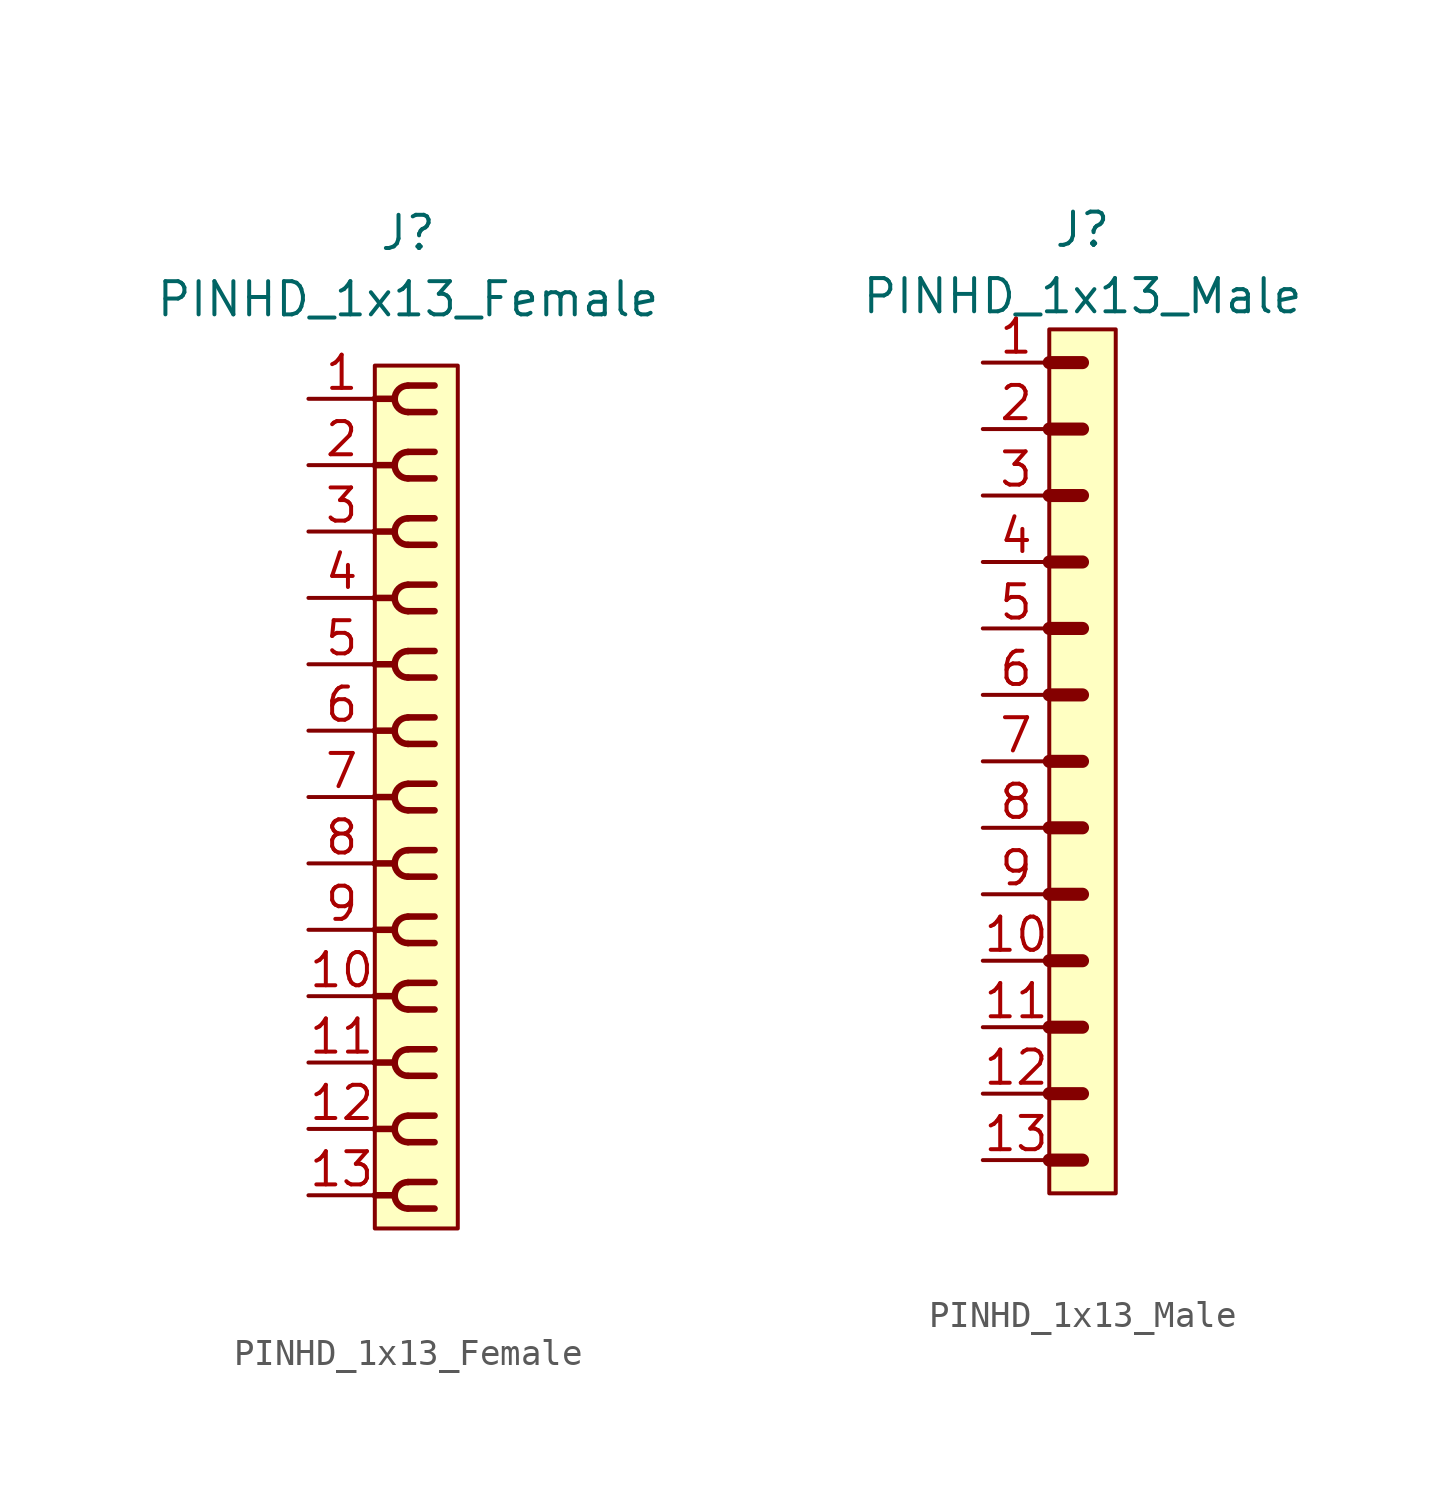
<source format=kicad_sym>
(kicad_symbol_lib
  (version 20220914)
  (generator kicad_symbol_editor)
  (symbol "PINHD_1x13_Female"
    (property "Reference" "J"
      (at 0 21.59 0)
      (effects (font (size 1.27 1.27))))
    (property "Value" "PINHD_1x13_Female"
      (at 0 19.05 0)
      (effects (font (size 1.27 1.27))))
    (symbol "PINHD_1x13_Female_0_1"
      (rectangle (start -1.27 16.51) (end 1.905 -16.51) (stroke (width 0) (type default)) (fill (type background)))
      (arc (start -0.508 -15.24) (mid -0.3592 -15.5992) (end 0 -15.748) (stroke (width 0.25) (type default)) (fill (type none)))
      (arc (start -0.508 -12.7) (mid -0.3592 -13.0592) (end 0 -13.208) (stroke (width 0.25) (type default)) (fill (type none)))
      (arc (start -0.508 -10.16) (mid -0.3592 -10.5192) (end 0 -10.668) (stroke (width 0.25) (type default)) (fill (type none)))
      (arc (start -0.508 -7.62) (mid -0.3592 -7.9792) (end 0 -8.128) (stroke (width 0.25) (type default)) (fill (type none)))
      (arc (start -0.508 -5.08) (mid -0.3592 -5.4392) (end 0 -5.588) (stroke (width 0.25) (type default)) (fill (type none)))
      (arc (start -0.508 -2.54) (mid -0.3592 -2.8992) (end 0 -3.048) (stroke (width 0.25) (type default)) (fill (type none)))
      (arc (start -0.508 0) (mid -0.3592 -0.3592) (end 0 -0.508) (stroke (width 0.25) (type default)) (fill (type none)))
      (arc (start -0.508 2.54) (mid -0.3592 2.1808) (end 0 2.032) (stroke (width 0.25) (type default)) (fill (type none)))
      (arc (start -0.508 5.08) (mid -0.3592 4.7208) (end 0 4.572) (stroke (width 0.25) (type default)) (fill (type none)))
      (arc (start -0.508 7.62) (mid -0.3592 7.2608) (end 0 7.112) (stroke (width 0.25) (type default)) (fill (type none)))
      (arc (start -0.508 10.16) (mid -0.3592 9.8008) (end 0 9.652) (stroke (width 0.25) (type default)) (fill (type none)))
      (arc (start -0.508 12.7) (mid -0.3592 12.3408) (end 0 12.192) (stroke (width 0.25) (type default)) (fill (type none)))
      (arc (start -0.508 15.24) (mid -0.3592 14.8808) (end 0 14.732) (stroke (width 0.25) (type default)) (fill (type none)))
      (arc (start 0 -14.732) (mid -0.3592 -14.8808) (end -0.508 -15.24) (stroke (width 0.25) (type default)) (fill (type none)))
      (arc (start 0 -12.192) (mid -0.3592 -12.3408) (end -0.508 -12.7) (stroke (width 0.25) (type default)) (fill (type none)))
      (arc (start 0 -9.652) (mid -0.3592 -9.8008) (end -0.508 -10.16) (stroke (width 0.25) (type default)) (fill (type none)))
      (arc (start 0 -7.112) (mid -0.3592 -7.2608) (end -0.508 -7.62) (stroke (width 0.25) (type default)) (fill (type none)))
      (arc (start 0 -4.572) (mid -0.3592 -4.7208) (end -0.508 -5.08) (stroke (width 0.25) (type default)) (fill (type none)))
      (arc (start 0 -2.032) (mid -0.3592 -2.1808) (end -0.508 -2.54) (stroke (width 0.25) (type default)) (fill (type none)))
      (polyline (pts (xy -1.27 -15.24) (xy -0.508 -15.24)) (stroke (width 0.25) (type default)) (fill (type none)))
      (polyline (pts (xy -1.27 -12.7) (xy -0.508 -12.7)) (stroke (width 0.25) (type default)) (fill (type none)))
      (polyline (pts (xy -1.27 -10.16) (xy -0.508 -10.16)) (stroke (width 0.25) (type default)) (fill (type none)))
      (polyline (pts (xy -1.27 -7.62) (xy -0.508 -7.62)) (stroke (width 0.25) (type default)) (fill (type none)))
      (polyline (pts (xy -1.27 -5.08) (xy -0.508 -5.08)) (stroke (width 0.25) (type default)) (fill (type none)))
      (polyline (pts (xy -1.27 -2.54) (xy -0.508 -2.54)) (stroke (width 0.25) (type default)) (fill (type none)))
      (polyline (pts (xy -1.27 0) (xy -0.508 0)) (stroke (width 0.25) (type default)) (fill (type none)))
      (polyline (pts (xy -1.27 2.54) (xy -0.508 2.54)) (stroke (width 0.25) (type default)) (fill (type none)))
      (polyline (pts (xy -1.27 5.08) (xy -0.508 5.08)) (stroke (width 0.25) (type default)) (fill (type none)))
      (polyline (pts (xy -1.27 7.62) (xy -0.508 7.62)) (stroke (width 0.25) (type default)) (fill (type none)))
      (polyline (pts (xy -1.27 10.16) (xy -0.508 10.16)) (stroke (width 0.25) (type default)) (fill (type none)))
      (polyline (pts (xy -1.27 12.7) (xy -0.508 12.7)) (stroke (width 0.25) (type default)) (fill (type none)))
      (polyline (pts (xy -1.27 15.24) (xy -0.508 15.24)) (stroke (width 0.25) (type default)) (fill (type none)))
      (polyline (pts (xy 0 -15.748) (xy 1.016 -15.748)) (stroke (width 0.25) (type default)) (fill (type none)))
      (polyline (pts (xy 0 -14.732) (xy 1.016 -14.732)) (stroke (width 0.25) (type default)) (fill (type none)))
      (polyline (pts (xy 0 -13.208) (xy 1.016 -13.208)) (stroke (width 0.25) (type default)) (fill (type none)))
      (polyline (pts (xy 0 -12.192) (xy 1.016 -12.192)) (stroke (width 0.25) (type default)) (fill (type none)))
      (polyline (pts (xy 0 -10.668) (xy 1.016 -10.668)) (stroke (width 0.25) (type default)) (fill (type none)))
      (polyline (pts (xy 0 -9.652) (xy 1.016 -9.652)) (stroke (width 0.25) (type default)) (fill (type none)))
      (polyline (pts (xy 0 -8.128) (xy 1.016 -8.128)) (stroke (width 0.25) (type default)) (fill (type none)))
      (polyline (pts (xy 0 -7.112) (xy 1.016 -7.112)) (stroke (width 0.25) (type default)) (fill (type none)))
      (polyline (pts (xy 0 -5.588) (xy 1.016 -5.588)) (stroke (width 0.25) (type default)) (fill (type none)))
      (polyline (pts (xy 0 -4.572) (xy 1.016 -4.572)) (stroke (width 0.25) (type default)) (fill (type none)))
      (polyline (pts (xy 0 -3.048) (xy 1.016 -3.048)) (stroke (width 0.25) (type default)) (fill (type none)))
      (polyline (pts (xy 0 -2.032) (xy 1.016 -2.032)) (stroke (width 0.25) (type default)) (fill (type none)))
      (polyline (pts (xy 0 -0.508) (xy 1.016 -0.508)) (stroke (width 0.25) (type default)) (fill (type none)))
      (polyline (pts (xy 0 0.508) (xy 1.016 0.508)) (stroke (width 0.25) (type default)) (fill (type none)))
      (polyline (pts (xy 0 2.032) (xy 1.016 2.032)) (stroke (width 0.25) (type default)) (fill (type none)))
      (polyline (pts (xy 0 3.048) (xy 1.016 3.048)) (stroke (width 0.25) (type default)) (fill (type none)))
      (polyline (pts (xy 0 4.572) (xy 1.016 4.572)) (stroke (width 0.25) (type default)) (fill (type none)))
      (polyline (pts (xy 0 5.588) (xy 1.016 5.588)) (stroke (width 0.25) (type default)) (fill (type none)))
      (polyline (pts (xy 0 7.112) (xy 1.016 7.112)) (stroke (width 0.25) (type default)) (fill (type none)))
      (polyline (pts (xy 0 8.128) (xy 1.016 8.128)) (stroke (width 0.25) (type default)) (fill (type none)))
      (polyline (pts (xy 0 9.652) (xy 1.016 9.652)) (stroke (width 0.25) (type default)) (fill (type none)))
      (polyline (pts (xy 0 10.668) (xy 1.016 10.668)) (stroke (width 0.25) (type default)) (fill (type none)))
      (polyline (pts (xy 0 12.192) (xy 1.016 12.192)) (stroke (width 0.25) (type default)) (fill (type none)))
      (polyline (pts (xy 0 13.208) (xy 1.016 13.208)) (stroke (width 0.25) (type default)) (fill (type none)))
      (polyline (pts (xy 0 14.732) (xy 1.016 14.732)) (stroke (width 0.25) (type default)) (fill (type none)))
      (polyline (pts (xy 0 15.748) (xy 1.016 15.748)) (stroke (width 0.25) (type default)) (fill (type none)))
      (arc (start 0 0.508) (mid -0.3592 0.3592) (end -0.508 0) (stroke (width 0.25) (type default)) (fill (type none)))
      (arc (start 0 3.048) (mid -0.3592 2.8992) (end -0.508 2.54) (stroke (width 0.25) (type default)) (fill (type none)))
      (arc (start 0 5.588) (mid -0.3592 5.4392) (end -0.508 5.08) (stroke (width 0.25) (type default)) (fill (type none)))
      (arc (start 0 8.128) (mid -0.3592 7.9792) (end -0.508 7.62) (stroke (width 0.25) (type default)) (fill (type none)))
      (arc (start 0 10.668) (mid -0.3592 10.5192) (end -0.508 10.16) (stroke (width 0.25) (type default)) (fill (type none)))
      (arc (start 0 13.208) (mid -0.3592 13.0592) (end -0.508 12.7) (stroke (width 0.25) (type default)) (fill (type none)))
      (arc (start 0 15.748) (mid -0.3592 15.5992) (end -0.508 15.24) (stroke (width 0.25) (type default)) (fill (type none))))
    (symbol "PINHD_1x13_Female_1_1"
      (pin passive line (at -3.81 15.24 0) (length 2.54) (name "" (effects (font (size 1.27 1.27)))) (number "1" (effects (font (size 1.27 1.27)))))
      (pin passive line (at -3.81 -7.62 0) (length 2.54) (name "" (effects (font (size 1.27 1.27)))) (number "10" (effects (font (size 1.27 1.27)))))
      (pin passive line (at -3.81 -10.16 0) (length 2.54) (name "" (effects (font (size 1.27 1.27)))) (number "11" (effects (font (size 1.27 1.27)))))
      (pin passive line (at -3.81 -12.7 0) (length 2.54) (name "" (effects (font (size 1.27 1.27)))) (number "12" (effects (font (size 1.27 1.27)))))
      (pin passive line (at -3.81 -15.24 0) (length 2.54) (name "" (effects (font (size 1.27 1.27)))) (number "13" (effects (font (size 1.27 1.27)))))
      (pin passive line (at -3.81 12.7 0) (length 2.54) (name "" (effects (font (size 1.27 1.27)))) (number "2" (effects (font (size 1.27 1.27)))))
      (pin passive line (at -3.81 10.16 0) (length 2.54) (name "" (effects (font (size 1.27 1.27)))) (number "3" (effects (font (size 1.27 1.27)))))
      (pin passive line (at -3.81 7.62 0) (length 2.54) (name "" (effects (font (size 1.27 1.27)))) (number "4" (effects (font (size 1.27 1.27)))))
      (pin passive line (at -3.81 5.08 0) (length 2.54) (name "" (effects (font (size 1.27 1.27)))) (number "5" (effects (font (size 1.27 1.27)))))
      (pin passive line (at -3.81 2.54 0) (length 2.54) (name "" (effects (font (size 1.27 1.27)))) (number "6" (effects (font (size 1.27 1.27)))))
      (pin passive line (at -3.81 0 0) (length 2.54) (name "" (effects (font (size 1.27 1.27)))) (number "7" (effects (font (size 1.27 1.27)))))
      (pin passive line (at -3.81 -2.54 0) (length 2.54) (name "" (effects (font (size 1.27 1.27)))) (number "8" (effects (font (size 1.27 1.27)))))
      (pin passive line (at -3.81 -5.08 0) (length 2.54) (name "" (effects (font (size 1.27 1.27)))) (number "9" (effects (font (size 1.27 1.27)))))))
  (symbol "PINHD_1x13_Male"
    (property "Reference" "J"
      (at 0 20.32 0)
      (effects (font (size 1.27 1.27))))
    (property "Value" "PINHD_1x13_Male"
      (at 0 17.78 0)
      (effects (font (size 1.27 1.27))))
    (symbol "PINHD_1x13_Male_0_1"
      (rectangle (start -1.27 16.51) (end 1.27 -16.51) (stroke (width 0) (type default)) (fill (type background)))
      (polyline (pts (xy -1.27 -15.24) (xy 0 -15.24)) (stroke (width 0.5) (type default)) (fill (type none)))
      (polyline (pts (xy -1.27 -12.7) (xy 0 -12.7)) (stroke (width 0.5) (type default)) (fill (type none)))
      (polyline (pts (xy -1.27 -10.16) (xy 0 -10.16)) (stroke (width 0.5) (type default)) (fill (type none)))
      (polyline (pts (xy -1.27 -7.62) (xy 0 -7.62)) (stroke (width 0.3) (type default)) (fill (type none)))
      (polyline (pts (xy -1.27 -7.62) (xy 0 -7.62)) (stroke (width 0.5) (type default)) (fill (type none)))
      (polyline (pts (xy -1.27 -5.08) (xy 0 -5.08)) (stroke (width 0.3) (type default)) (fill (type none)))
      (polyline (pts (xy -1.27 -5.08) (xy 0 -5.08)) (stroke (width 0.5) (type default)) (fill (type none)))
      (polyline (pts (xy -1.27 -2.54) (xy 0 -2.54)) (stroke (width 0.3) (type default)) (fill (type none)))
      (polyline (pts (xy -1.27 -2.54) (xy 0 -2.54)) (stroke (width 0.5) (type default)) (fill (type none)))
      (polyline (pts (xy -1.27 0) (xy 0 0)) (stroke (width 0.3) (type default)) (fill (type none)))
      (polyline (pts (xy -1.27 0) (xy 0 0)) (stroke (width 0.5) (type default)) (fill (type none)))
      (polyline (pts (xy -1.27 2.54) (xy 0 2.54)) (stroke (width 0.3) (type default)) (fill (type none)))
      (polyline (pts (xy -1.27 2.54) (xy 0 2.54)) (stroke (width 0.5) (type default)) (fill (type none)))
      (polyline (pts (xy -1.27 5.08) (xy 0 5.08)) (stroke (width 0.3) (type default)) (fill (type none)))
      (polyline (pts (xy -1.27 5.08) (xy 0 5.08)) (stroke (width 0.5) (type default)) (fill (type none)))
      (polyline (pts (xy -1.27 7.62) (xy 0 7.62)) (stroke (width 0.3) (type default)) (fill (type none)))
      (polyline (pts (xy -1.27 7.62) (xy 0 7.62)) (stroke (width 0.5) (type default)) (fill (type none)))
      (polyline (pts (xy -1.27 10.16) (xy 0 10.16)) (stroke (width 0.3) (type default)) (fill (type none)))
      (polyline (pts (xy -1.27 10.16) (xy 0 10.16)) (stroke (width 0.5) (type default)) (fill (type none)))
      (polyline (pts (xy -1.27 12.7) (xy 0 12.7)) (stroke (width 0.3) (type default)) (fill (type none)))
      (polyline (pts (xy -1.27 12.7) (xy 0 12.7)) (stroke (width 0.5) (type default)) (fill (type none)))
      (polyline (pts (xy -1.27 15.24) (xy 0 15.24)) (stroke (width 0.5) (type default)) (fill (type none))))
    (symbol "PINHD_1x13_Male_1_1"
      (pin passive line (at -3.81 15.24 0) (length 2.54) (name "" (effects (font (size 1.27 1.27)))) (number "1" (effects (font (size 1.27 1.27)))))
      (pin passive line (at -3.81 -7.62 0) (length 2.54) (name "" (effects (font (size 1.27 1.27)))) (number "10" (effects (font (size 1.27 1.27)))))
      (pin passive line (at -3.81 -10.16 0) (length 2.54) (name "" (effects (font (size 1.27 1.27)))) (number "11" (effects (font (size 1.27 1.27)))))
      (pin passive line (at -3.81 -12.7 0) (length 2.54) (name "" (effects (font (size 1.27 1.27)))) (number "12" (effects (font (size 1.27 1.27)))))
      (pin passive line (at -3.81 -15.24 0) (length 2.54) (name "" (effects (font (size 1.27 1.27)))) (number "13" (effects (font (size 1.27 1.27)))))
      (pin passive line (at -3.81 12.7 0) (length 2.54) (name "" (effects (font (size 1.27 1.27)))) (number "2" (effects (font (size 1.27 1.27)))))
      (pin passive line (at -3.81 10.16 0) (length 2.54) (name "" (effects (font (size 1.27 1.27)))) (number "3" (effects (font (size 1.27 1.27)))))
      (pin passive line (at -3.81 7.62 0) (length 2.54) (name "" (effects (font (size 1.27 1.27)))) (number "4" (effects (font (size 1.27 1.27)))))
      (pin passive line (at -3.81 5.08 0) (length 2.54) (name "" (effects (font (size 1.27 1.27)))) (number "5" (effects (font (size 1.27 1.27)))))
      (pin passive line (at -3.81 2.54 0) (length 2.54) (name "" (effects (font (size 1.27 1.27)))) (number "6" (effects (font (size 1.27 1.27)))))
      (pin passive line (at -3.81 0 0) (length 2.54) (name "" (effects (font (size 1.27 1.27)))) (number "7" (effects (font (size 1.27 1.27)))))
      (pin passive line (at -3.81 -2.54 0) (length 2.54) (name "" (effects (font (size 1.27 1.27)))) (number "8" (effects (font (size 1.27 1.27)))))
      (pin passive line (at -3.81 -5.08 0) (length 2.54) (name "" (effects (font (size 1.27 1.27)))) (number "9" (effects (font (size 1.27 1.27))))))))
</source>
